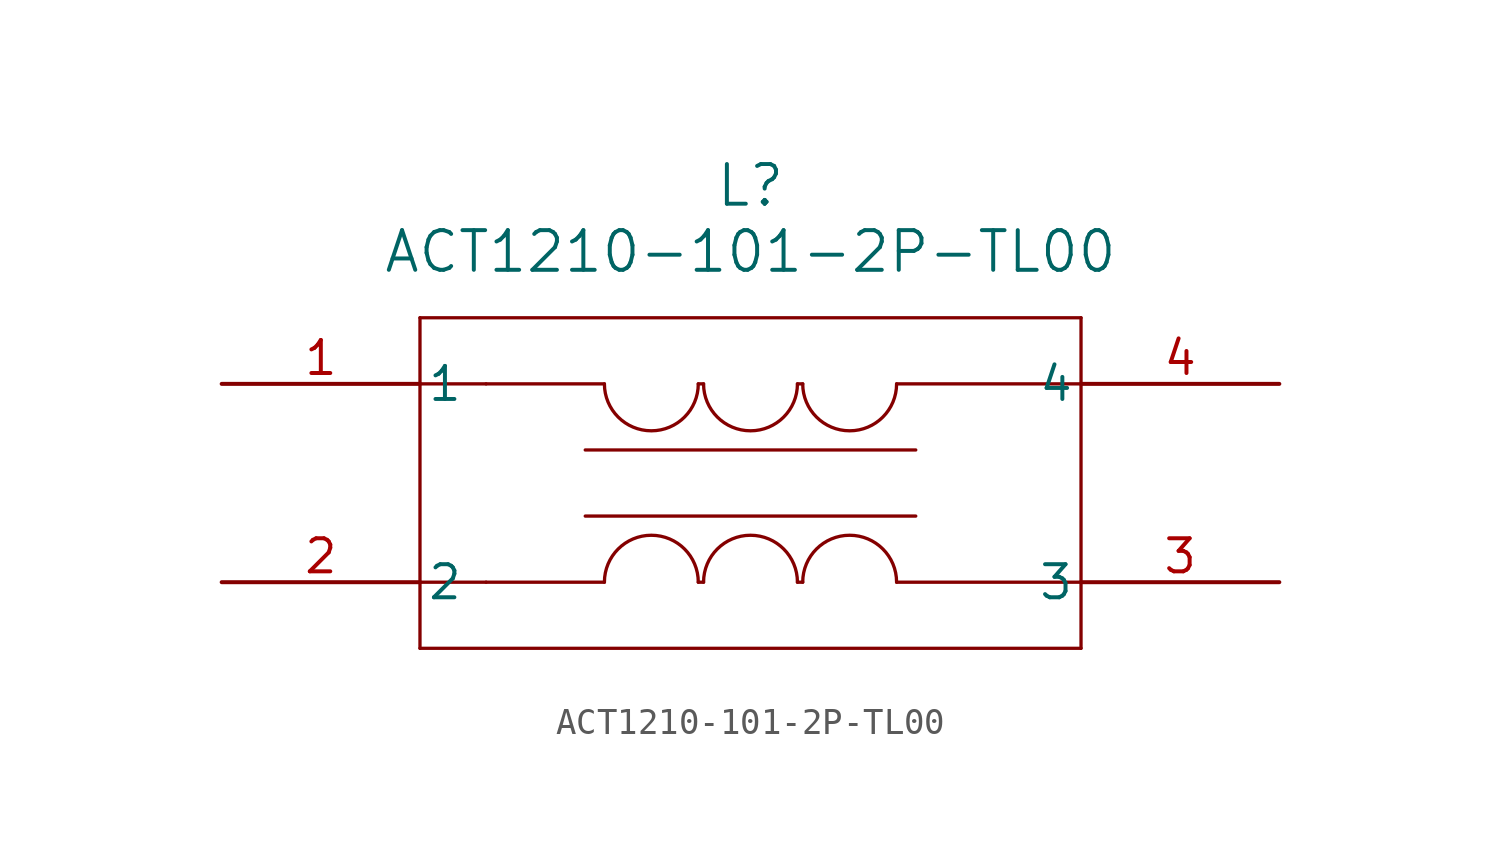
<source format=kicad_sym>
(kicad_symbol_lib
  (version 20211014)
  (generator kicad_symbol_editor)
  (symbol "ACT1210-101-2P-TL00"
    (pin_names
      (offset 0.254))
    (property "Reference" "L"
      (at 20.32 7.62 0)
      (effects (font (size 1.524 1.524))))
    (property "Value" "ACT1210-101-2P-TL00"
      (at 20.32 5.08 0)
      (effects (font (size 1.524 1.524))))
    (symbol "ACT1210-101-2P-TL00_0_1"
      (polyline (pts (xy 7.62 2.54) (xy 7.62 -10.16)) (stroke (width 0.127) (type default) (color 0 0 0 0)) (fill (type none)))
      (polyline (pts (xy 7.62 -10.16) (xy 33.02 -10.16)) (stroke (width 0.127) (type default) (color 0 0 0 0)) (fill (type none)))
      (polyline (pts (xy 33.02 -10.16) (xy 33.02 2.54)) (stroke (width 0.127) (type default) (color 0 0 0 0)) (fill (type none)))
      (polyline (pts (xy 33.02 2.54) (xy 7.62 2.54)) (stroke (width 0.127) (type default) (color 0 0 0 0)) (fill (type none)))
      (polyline (pts (xy 10.16 0) (xy 14.707 0)) (stroke (width 0.127) (type default) (color 0 0 0 0)) (fill (type none)))
      (polyline (pts (xy 10.16 0) (xy 7.62 0)) (stroke (width 0.127) (type default) (color 0 0 0 0)) (fill (type none)))
      (polyline (pts (xy 33.02 0) (xy 25.933 0)) (stroke (width 0.127) (type default) (color 0 0 0 0)) (fill (type none)))
      (arc (start 14.7066 0) (mid 16.51 -1.8034) (end 18.3134 0) (stroke (width 0.127) (type default) (color 0 0 0 0)) (fill (type none)))
      (arc (start 18.5166 0) (mid 20.32 -1.8034) (end 22.1234 0) (stroke (width 0.127) (type default) (color 0 0 0 0)) (fill (type none)))
      (arc (start 22.3266 0) (mid 24.13 -1.8034) (end 25.9334 0) (stroke (width 0.127) (type default) (color 0 0 0 0)) (fill (type none)))
      (polyline (pts (xy 18.313 0) (xy 18.517 0)) (stroke (width 0.127) (type default) (color 0 0 0 0)) (fill (type none)))
      (polyline (pts (xy 22.123 0) (xy 22.327 0)) (stroke (width 0.127) (type default) (color 0 0 0 0)) (fill (type none)))
      (polyline (pts (xy 13.97 -2.54) (xy 26.67 -2.54)) (stroke (width 0.127) (type default) (color 0 0 0 0)) (fill (type none)))
      (polyline (pts (xy 13.97 -5.08) (xy 26.67 -5.08)) (stroke (width 0.127) (type default) (color 0 0 0 0)) (fill (type none)))
      (polyline (pts (xy 10.16 -7.62) (xy 14.707 -7.62)) (stroke (width 0.127) (type default) (color 0 0 0 0)) (fill (type none)))
      (polyline (pts (xy 33.02 -7.62) (xy 25.933 -7.62)) (stroke (width 0.127) (type default) (color 0 0 0 0)) (fill (type none)))
      (arc (start 18.3134 -7.62) (mid 16.51 -5.8166) (end 14.7066 -7.62) (stroke (width 0.127) (type default) (color 0 0 0 0)) (fill (type none)))
      (arc (start 22.1234 -7.62) (mid 20.32 -5.8166) (end 18.5166 -7.62) (stroke (width 0.127) (type default) (color 0 0 0 0)) (fill (type none)))
      (arc (start 25.9334 -7.62) (mid 24.13 -5.8166) (end 22.3266 -7.62) (stroke (width 0.127) (type default) (color 0 0 0 0)) (fill (type none)))
      (polyline (pts (xy 18.313 -7.62) (xy 18.517 -7.62)) (stroke (width 0.127) (type default) (color 0 0 0 0)) (fill (type none)))
      (polyline (pts (xy 22.123 -7.62) (xy 22.327 -7.62)) (stroke (width 0.127) (type default) (color 0 0 0 0)) (fill (type none)))
      (polyline (pts (xy 10.16 -7.62) (xy 7.62 -7.62)) (stroke (width 0.127) (type default) (color 0 0 0 0)) (fill (type none)))
      (pin unspecified line (at 0 -7.62 0) (length 7.62) (name "2" (effects (font (size 1.27 1.27)))) (number "2" (effects (font (size 1.27 1.27)))))
      (pin unspecified line (at 0 0 0) (length 7.62) (name "1" (effects (font (size 1.27 1.27)))) (number "1" (effects (font (size 1.27 1.27)))))
      (pin unspecified line (at 40.64 -7.62 180) (length 7.62) (name "3" (effects (font (size 1.27 1.27)))) (number "3" (effects (font (size 1.27 1.27)))))
      (pin unspecified line (at 40.64 0 180) (length 7.62) (name "4" (effects (font (size 1.27 1.27)))) (number "4" (effects (font (size 1.27 1.27))))))))
</source>
